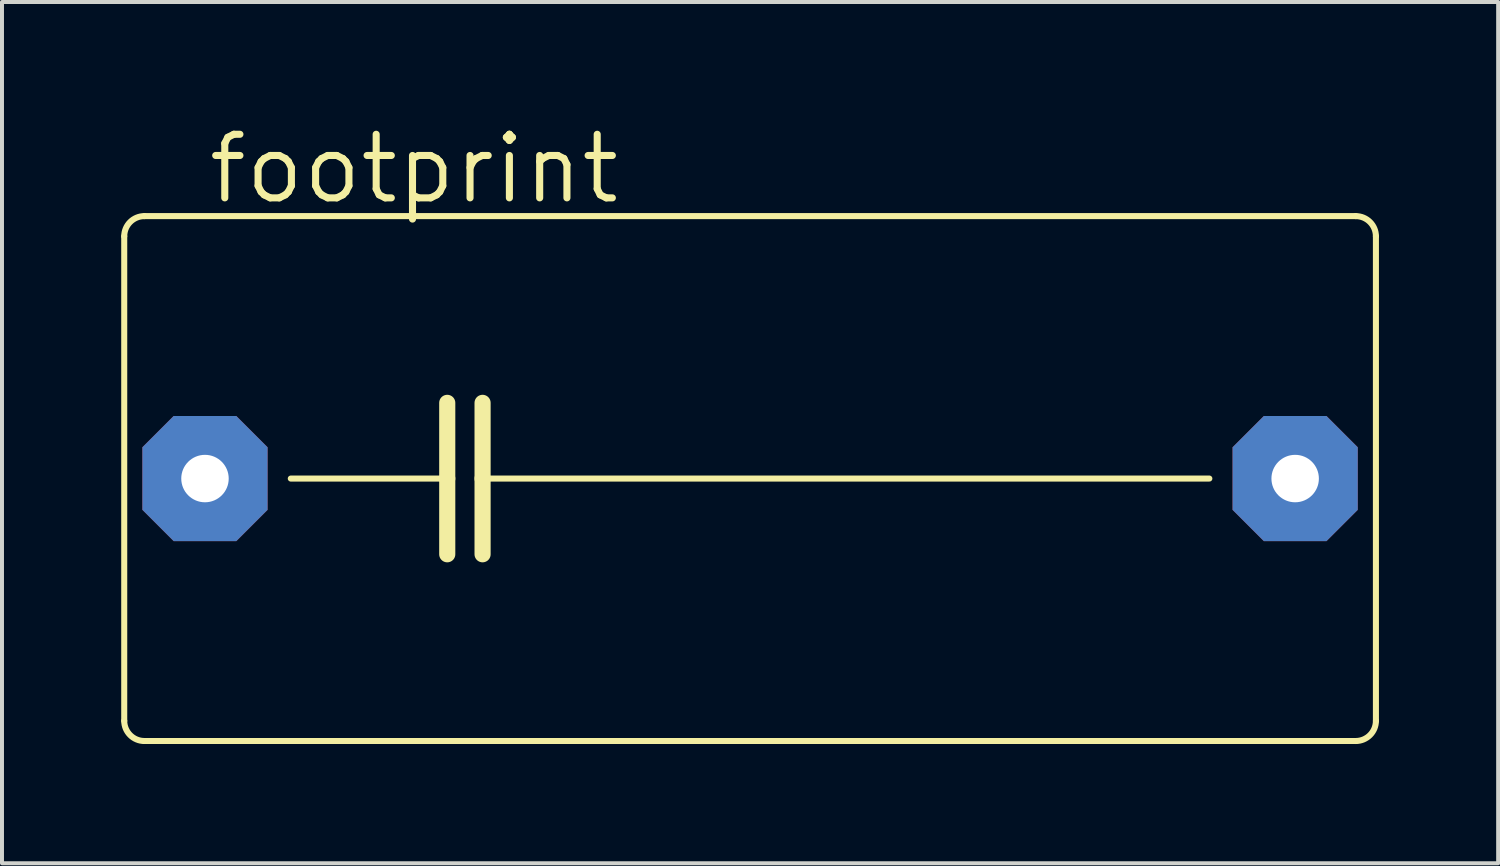
<source format=kicad_pcb>
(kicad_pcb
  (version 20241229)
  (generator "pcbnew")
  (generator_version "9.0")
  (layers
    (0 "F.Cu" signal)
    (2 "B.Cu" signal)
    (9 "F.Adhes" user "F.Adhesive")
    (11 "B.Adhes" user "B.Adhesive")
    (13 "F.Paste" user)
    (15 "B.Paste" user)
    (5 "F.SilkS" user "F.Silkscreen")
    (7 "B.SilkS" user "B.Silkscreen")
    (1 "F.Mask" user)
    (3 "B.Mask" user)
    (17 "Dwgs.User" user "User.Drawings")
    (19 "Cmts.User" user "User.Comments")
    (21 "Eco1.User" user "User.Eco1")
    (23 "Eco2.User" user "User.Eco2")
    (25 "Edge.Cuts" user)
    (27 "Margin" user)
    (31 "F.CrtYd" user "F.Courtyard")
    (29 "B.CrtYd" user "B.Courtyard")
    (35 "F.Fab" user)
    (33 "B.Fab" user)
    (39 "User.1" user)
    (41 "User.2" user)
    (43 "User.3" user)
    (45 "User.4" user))
  (footprint "footprint"
    (layer "F.Cu")
    (at 15.824 8.992)
    (property "Reference" "footprint" (at -13.716 -6.858 0) (layer "F.SilkS") (effects (font (size 1.6 1.6) (thickness 0.178)) (justify left bottom)))
    (fp_line (start -15.748 6.096) (end -15.748 -6.096) (stroke (width 0.152) (type solid)) (layer "F.SilkS"))
    (fp_line (start -15.24 -6.604) (end 15.24 -6.604) (stroke (width 0.152) (type solid)) (layer "F.SilkS"))
    (fp_line (start -11.557 0) (end -7.62 0) (stroke (width 0.152) (type solid)) (layer "F.SilkS"))
    (fp_line (start -7.62 -1.905) (end -7.62 0) (stroke (width 0.406) (type solid)) (layer "F.SilkS"))
    (fp_line (start -7.62 0) (end -7.62 1.905) (stroke (width 0.406) (type solid)) (layer "F.SilkS"))
    (fp_line (start -6.731 -1.905) (end -6.731 0) (stroke (width 0.406) (type solid)) (layer "F.SilkS"))
    (fp_line (start -6.731 0) (end -6.731 1.905) (stroke (width 0.406) (type solid)) (layer "F.SilkS"))
    (fp_line (start -6.731 0) (end 11.557 0) (stroke (width 0.152) (type solid)) (layer "F.SilkS"))
    (fp_line (start 15.24 6.604) (end -15.24 6.604) (stroke (width 0.152) (type solid)) (layer "F.SilkS"))
    (fp_line (start 15.748 -6.096) (end 15.748 6.096) (stroke (width 0.152) (type solid)) (layer "F.SilkS"))
    (fp_arc (start -15.748 -6.096) (mid -15.59921 -6.45521) (end -15.24 -6.604) (stroke (width 0.1524) (type solid)) (layer "F.SilkS"))
    (fp_arc (start -15.24 6.604) (mid -15.59921 6.45521) (end -15.748 6.096) (stroke (width 0.1524) (type solid)) (layer "F.SilkS"))
    (fp_arc (start 15.24 -6.604) (mid 15.59921 -6.45521) (end 15.748 -6.096) (stroke (width 0.1524) (type solid)) (layer "F.SilkS"))
    (fp_arc (start 15.748 6.096) (mid 15.59921 6.45521) (end 15.24 6.604) (stroke (width 0.1524) (type solid)) (layer "F.SilkS"))
    (pad "1" thru_hole roundrect (at -13.716 0) (size 3.15 3.15) (drill 1.194) (layers "*.Cu" "*.Mask") (roundrect_rratio 0.25) (chamfer_ratio 0.25) (chamfer top_left top_right bottom_left bottom_right))
    (pad "2" thru_hole roundrect (at 13.716 0) (size 3.15 3.15) (drill 1.194) (layers "*.Cu" "*.Mask") (roundrect_rratio 0.25) (chamfer_ratio 0.25) (chamfer top_left top_right bottom_left bottom_right)))
  (gr_rect
    (start -3 -3)
    (end 34.648 18.672)
    (stroke (width 0.1) (type default))
    (fill no)
    (layer "Edge.Cuts")))
</source>
